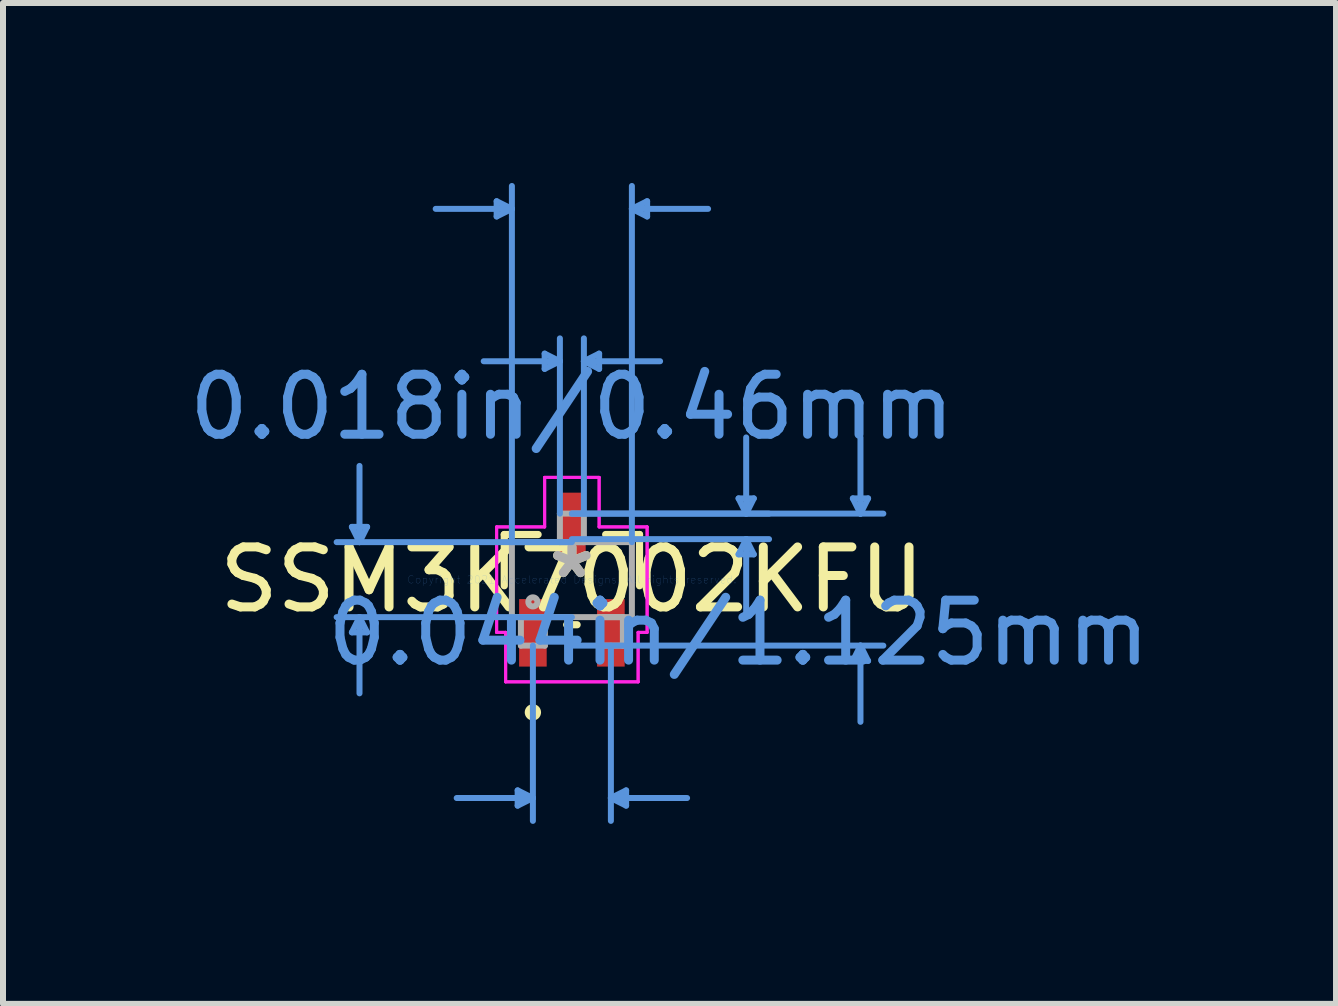
<source format=kicad_pcb>
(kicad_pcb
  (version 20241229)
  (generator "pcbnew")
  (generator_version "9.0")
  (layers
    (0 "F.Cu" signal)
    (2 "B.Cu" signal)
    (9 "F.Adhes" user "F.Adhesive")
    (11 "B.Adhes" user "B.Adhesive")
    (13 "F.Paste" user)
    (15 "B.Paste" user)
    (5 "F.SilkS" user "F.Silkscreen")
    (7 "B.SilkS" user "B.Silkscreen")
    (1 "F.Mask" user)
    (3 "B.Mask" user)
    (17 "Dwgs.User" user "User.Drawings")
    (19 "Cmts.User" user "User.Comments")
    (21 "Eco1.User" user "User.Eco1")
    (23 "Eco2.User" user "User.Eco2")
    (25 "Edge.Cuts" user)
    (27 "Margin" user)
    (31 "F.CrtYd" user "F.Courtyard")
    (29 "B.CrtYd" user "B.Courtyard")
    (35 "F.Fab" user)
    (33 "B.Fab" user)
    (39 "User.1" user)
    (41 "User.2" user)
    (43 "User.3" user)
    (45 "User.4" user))
  (footprint "SSM3K7002KFU"
    (layer "F.Cu")
    (at 6.482 6.611)
    (property "Reference" "SSM3K7002KFU" (at 0 0 0) (layer "F.SilkS") (effects (font (size 1 1) (thickness 0.15))))
    (attr through_hole)
    (fp_line (start -1.127 -0.752) (end -1.127 0.102) (stroke (width 0.12) (type solid)) (layer "F.SilkS"))
    (fp_line (start -0.563 -0.752) (end -1.127 -0.752) (stroke (width 0.12) (type solid)) (layer "F.SilkS"))
    (fp_line (start -0.087 0.752) (end 0.087 0.752) (stroke (width 0.12) (type solid)) (layer "F.SilkS"))
    (fp_line (start 1.127 -0.752) (end 0.563 -0.752) (stroke (width 0.12) (type solid)) (layer "F.SilkS"))
    (fp_line (start 1.127 0.102) (end 1.127 -0.752) (stroke (width 0.12) (type solid)) (layer "F.SilkS"))
    (fp_circle (center -0.65 2.212) (end -0.574 2.212) (stroke (width 0.12) (type solid)) (fill no) (layer "F.SilkS"))
    (fp_line (start -3.667 -0.879) (end -3.413 -0.879) (stroke (width 0.1) (type solid)) (layer "Cmts.User"))
    (fp_line (start -3.667 0.879) (end -3.413 0.879) (stroke (width 0.1) (type solid)) (layer "Cmts.User"))
    (fp_line (start -3.54 -0.625) (end -3.667 -0.879) (stroke (width 0.1) (type solid)) (layer "Cmts.User"))
    (fp_line (start -3.54 -0.625) (end -3.54 -1.895) (stroke (width 0.1) (type solid)) (layer "Cmts.User"))
    (fp_line (start -3.54 -0.625) (end -3.413 -0.879) (stroke (width 0.1) (type solid)) (layer "Cmts.User"))
    (fp_line (start -3.54 0.625) (end -3.667 0.879) (stroke (width 0.1) (type solid)) (layer "Cmts.User"))
    (fp_line (start -3.54 0.625) (end -3.54 1.895) (stroke (width 0.1) (type solid)) (layer "Cmts.User"))
    (fp_line (start -3.54 0.625) (end -3.413 0.879) (stroke (width 0.1) (type solid)) (layer "Cmts.User"))
    (fp_line (start -1.254 -6.307) (end -1.254 -6.053) (stroke (width 0.1) (type solid)) (layer "Cmts.User"))
    (fp_line (start -1 -6.18) (end -2.27 -6.18) (stroke (width 0.1) (type solid)) (layer "Cmts.User"))
    (fp_line (start -1 -6.18) (end -1.254 -6.307) (stroke (width 0.1) (type solid)) (layer "Cmts.User"))
    (fp_line (start -1 -6.18) (end -1.254 -6.053) (stroke (width 0.1) (type solid)) (layer "Cmts.User"))
    (fp_line (start -1 -0.625) (end -1 -6.561) (stroke (width 0.1) (type solid)) (layer "Cmts.User"))
    (fp_line (start -0.904 3.513) (end -0.904 3.767) (stroke (width 0.1) (type solid)) (layer "Cmts.User"))
    (fp_line (start -0.65 1.1) (end -0.65 4.021) (stroke (width 0.1) (type solid)) (layer "Cmts.User"))
    (fp_line (start -0.65 3.64) (end -1.92 3.64) (stroke (width 0.1) (type solid)) (layer "Cmts.User"))
    (fp_line (start -0.65 3.64) (end -0.904 3.513) (stroke (width 0.1) (type solid)) (layer "Cmts.User"))
    (fp_line (start -0.65 3.64) (end -0.904 3.767) (stroke (width 0.1) (type solid)) (layer "Cmts.User"))
    (fp_line (start -0.454 -3.767) (end -0.454 -3.513) (stroke (width 0.1) (type solid)) (layer "Cmts.User"))
    (fp_line (start -0.2 -3.64) (end -1.47 -3.64) (stroke (width 0.1) (type solid)) (layer "Cmts.User"))
    (fp_line (start -0.2 -3.64) (end -0.454 -3.767) (stroke (width 0.1) (type solid)) (layer "Cmts.User"))
    (fp_line (start -0.2 -3.64) (end -0.454 -3.513) (stroke (width 0.1) (type solid)) (layer "Cmts.User"))
    (fp_line (start -0.2 -1.1) (end -0.2 -4.021) (stroke (width 0.1) (type solid)) (layer "Cmts.User"))
    (fp_line (start 0 -1.1) (end 3.286 -1.1) (stroke (width 0.1) (type solid)) (layer "Cmts.User"))
    (fp_line (start 0 -1.1) (end 5.191 -1.1) (stroke (width 0.1) (type solid)) (layer "Cmts.User"))
    (fp_line (start 0 -0.675) (end 3.286 -0.675) (stroke (width 0.1) (type solid)) (layer "Cmts.User"))
    (fp_line (start 0 -0.625) (end -3.921 -0.625) (stroke (width 0.1) (type solid)) (layer "Cmts.User"))
    (fp_line (start 0 0.625) (end -3.921 0.625) (stroke (width 0.1) (type solid)) (layer "Cmts.User"))
    (fp_line (start 0 1.1) (end 5.191 1.1) (stroke (width 0.1) (type solid)) (layer "Cmts.User"))
    (fp_line (start 0.2 -3.64) (end 0.454 -3.767) (stroke (width 0.1) (type solid)) (layer "Cmts.User"))
    (fp_line (start 0.2 -3.64) (end 0.454 -3.513) (stroke (width 0.1) (type solid)) (layer "Cmts.User"))
    (fp_line (start 0.2 -3.64) (end 1.47 -3.64) (stroke (width 0.1) (type solid)) (layer "Cmts.User"))
    (fp_line (start 0.2 -1.1) (end 0.2 -4.021) (stroke (width 0.1) (type solid)) (layer "Cmts.User"))
    (fp_line (start 0.454 -3.767) (end 0.454 -3.513) (stroke (width 0.1) (type solid)) (layer "Cmts.User"))
    (fp_line (start 0.65 1.1) (end 0.65 4.021) (stroke (width 0.1) (type solid)) (layer "Cmts.User"))
    (fp_line (start 0.65 3.64) (end 0.904 3.513) (stroke (width 0.1) (type solid)) (layer "Cmts.User"))
    (fp_line (start 0.65 3.64) (end 0.904 3.767) (stroke (width 0.1) (type solid)) (layer "Cmts.User"))
    (fp_line (start 0.65 3.64) (end 1.92 3.64) (stroke (width 0.1) (type solid)) (layer "Cmts.User"))
    (fp_line (start 0.904 3.513) (end 0.904 3.767) (stroke (width 0.1) (type solid)) (layer "Cmts.User"))
    (fp_line (start 1 -6.18) (end 1.254 -6.307) (stroke (width 0.1) (type solid)) (layer "Cmts.User"))
    (fp_line (start 1 -6.18) (end 1.254 -6.053) (stroke (width 0.1) (type solid)) (layer "Cmts.User"))
    (fp_line (start 1 -6.18) (end 2.27 -6.18) (stroke (width 0.1) (type solid)) (layer "Cmts.User"))
    (fp_line (start 1 -0.625) (end 1 -6.561) (stroke (width 0.1) (type solid)) (layer "Cmts.User"))
    (fp_line (start 1.254 -6.307) (end 1.254 -6.053) (stroke (width 0.1) (type solid)) (layer "Cmts.User"))
    (fp_line (start 2.778 -1.354) (end 3.032 -1.354) (stroke (width 0.1) (type solid)) (layer "Cmts.User"))
    (fp_line (start 2.778 -0.421) (end 3.032 -0.421) (stroke (width 0.1) (type solid)) (layer "Cmts.User"))
    (fp_line (start 2.905 -1.1) (end 2.778 -1.354) (stroke (width 0.1) (type solid)) (layer "Cmts.User"))
    (fp_line (start 2.905 -1.1) (end 2.905 -2.37) (stroke (width 0.1) (type solid)) (layer "Cmts.User"))
    (fp_line (start 2.905 -1.1) (end 3.032 -1.354) (stroke (width 0.1) (type solid)) (layer "Cmts.User"))
    (fp_line (start 2.905 -0.675) (end 2.778 -0.421) (stroke (width 0.1) (type solid)) (layer "Cmts.User"))
    (fp_line (start 2.905 -0.675) (end 2.905 0.595) (stroke (width 0.1) (type solid)) (layer "Cmts.User"))
    (fp_line (start 2.905 -0.675) (end 3.032 -0.421) (stroke (width 0.1) (type solid)) (layer "Cmts.User"))
    (fp_line (start 4.683 -1.354) (end 4.937 -1.354) (stroke (width 0.1) (type solid)) (layer "Cmts.User"))
    (fp_line (start 4.683 1.354) (end 4.937 1.354) (stroke (width 0.1) (type solid)) (layer "Cmts.User"))
    (fp_line (start 4.81 -1.1) (end 4.683 -1.354) (stroke (width 0.1) (type solid)) (layer "Cmts.User"))
    (fp_line (start 4.81 -1.1) (end 4.81 -2.37) (stroke (width 0.1) (type solid)) (layer "Cmts.User"))
    (fp_line (start 4.81 -1.1) (end 4.937 -1.354) (stroke (width 0.1) (type solid)) (layer "Cmts.User"))
    (fp_line (start 4.81 1.1) (end 4.683 1.354) (stroke (width 0.1) (type solid)) (layer "Cmts.User"))
    (fp_line (start 4.81 1.1) (end 4.81 2.37) (stroke (width 0.1) (type solid)) (layer "Cmts.User"))
    (fp_line (start 4.81 1.1) (end 4.937 1.354) (stroke (width 0.1) (type solid)) (layer "Cmts.User"))
    (fp_line (start -1.254 -0.879) (end -0.454 -0.879) (stroke (width 0.05) (type solid)) (layer "F.CrtYd"))
    (fp_line (start -1.254 -0.879) (end -0.454 -0.879) (stroke (width 0.05) (type solid)) (layer "F.CrtYd"))
    (fp_line (start -1.254 0.879) (end -1.254 -0.879) (stroke (width 0.05) (type solid)) (layer "F.CrtYd"))
    (fp_line (start -1.254 0.879) (end -1.254 -0.879) (stroke (width 0.05) (type solid)) (layer "F.CrtYd"))
    (fp_line (start -1.254 0.879) (end -1.104 0.879) (stroke (width 0.05) (type solid)) (layer "F.CrtYd"))
    (fp_line (start -1.104 0.879) (end -1.254 0.879) (stroke (width 0.05) (type solid)) (layer "F.CrtYd"))
    (fp_line (start -1.104 0.879) (end -1.104 1.704) (stroke (width 0.05) (type solid)) (layer "F.CrtYd"))
    (fp_line (start -1.104 1.704) (end -1.104 0.879) (stroke (width 0.05) (type solid)) (layer "F.CrtYd"))
    (fp_line (start -1.104 1.704) (end 1.104 1.704) (stroke (width 0.05) (type solid)) (layer "F.CrtYd"))
    (fp_line (start -0.454 -1.704) (end 0.454 -1.704) (stroke (width 0.05) (type solid)) (layer "F.CrtYd"))
    (fp_line (start -0.454 -1.704) (end 0.454 -1.704) (stroke (width 0.05) (type solid)) (layer "F.CrtYd"))
    (fp_line (start -0.454 -0.879) (end -0.454 -1.704) (stroke (width 0.05) (type solid)) (layer "F.CrtYd"))
    (fp_line (start -0.454 -0.879) (end -0.454 -1.704) (stroke (width 0.05) (type solid)) (layer "F.CrtYd"))
    (fp_line (start 0.454 -1.704) (end 0.454 -0.879) (stroke (width 0.05) (type solid)) (layer "F.CrtYd"))
    (fp_line (start 0.454 -0.879) (end 0.454 -1.704) (stroke (width 0.05) (type solid)) (layer "F.CrtYd"))
    (fp_line (start 0.454 -0.879) (end 1.254 -0.879) (stroke (width 0.05) (type solid)) (layer "F.CrtYd"))
    (fp_line (start 1.104 0.879) (end 1.104 1.704) (stroke (width 0.05) (type solid)) (layer "F.CrtYd"))
    (fp_line (start 1.104 0.879) (end 1.104 1.704) (stroke (width 0.05) (type solid)) (layer "F.CrtYd"))
    (fp_line (start 1.104 1.704) (end -1.104 1.704) (stroke (width 0.05) (type solid)) (layer "F.CrtYd"))
    (fp_line (start 1.254 -0.879) (end 0.454 -0.879) (stroke (width 0.05) (type solid)) (layer "F.CrtYd"))
    (fp_line (start 1.254 -0.879) (end 1.254 0.879) (stroke (width 0.05) (type solid)) (layer "F.CrtYd"))
    (fp_line (start 1.254 -0.879) (end 1.254 0.879) (stroke (width 0.05) (type solid)) (layer "F.CrtYd"))
    (fp_line (start 1.254 0.879) (end 1.104 0.879) (stroke (width 0.05) (type solid)) (layer "F.CrtYd"))
    (fp_line (start 1.254 0.879) (end 1.104 0.879) (stroke (width 0.05) (type solid)) (layer "F.CrtYd"))
    (fp_line (start -1 -0.625) (end -1 0.625) (stroke (width 0.1) (type solid)) (layer "F.Fab"))
    (fp_line (start -1 0.625) (end 1 0.625) (stroke (width 0.1) (type solid)) (layer "F.Fab"))
    (fp_line (start -0.85 0.625) (end -0.85 1.1) (stroke (width 0.1) (type solid)) (layer "F.Fab"))
    (fp_line (start -0.85 1.1) (end -0.45 1.1) (stroke (width 0.1) (type solid)) (layer "F.Fab"))
    (fp_line (start -0.45 0.625) (end -0.85 0.625) (stroke (width 0.1) (type solid)) (layer "F.Fab"))
    (fp_line (start -0.45 1.1) (end -0.45 0.625) (stroke (width 0.1) (type solid)) (layer "F.Fab"))
    (fp_line (start -0.2 -1.1) (end -0.2 -0.625) (stroke (width 0.1) (type solid)) (layer "F.Fab"))
    (fp_line (start -0.2 -0.625) (end 0.2 -0.625) (stroke (width 0.1) (type solid)) (layer "F.Fab"))
    (fp_line (start 0.2 -1.1) (end -0.2 -1.1) (stroke (width 0.1) (type solid)) (layer "F.Fab"))
    (fp_line (start 0.2 -0.625) (end 0.2 -1.1) (stroke (width 0.1) (type solid)) (layer "F.Fab"))
    (fp_line (start 0.45 0.625) (end 0.45 1.1) (stroke (width 0.1) (type solid)) (layer "F.Fab"))
    (fp_line (start 0.45 1.1) (end 0.85 1.1) (stroke (width 0.1) (type solid)) (layer "F.Fab"))
    (fp_line (start 0.85 0.625) (end 0.45 0.625) (stroke (width 0.1) (type solid)) (layer "F.Fab"))
    (fp_line (start 0.85 1.1) (end 0.85 0.625) (stroke (width 0.1) (type solid)) (layer "F.Fab"))
    (fp_line (start 1 -0.625) (end -1 -0.625) (stroke (width 0.1) (type solid)) (layer "F.Fab"))
    (fp_line (start 1 0.625) (end 1 -0.625) (stroke (width 0.1) (type solid)) (layer "F.Fab"))
    (fp_circle (center -0.65 0.371) (end -0.574 0.371) (stroke (width 0.1) (type solid)) (fill no) (layer "F.Fab"))
    (fp_text user "*" (at 0 0 0) (layer "F.SilkS") (effects (font (size 1 1) (thickness 0.15))))
    (fp_text user "0.018in/0.46mm" (at 0 -2.878 0) (layer "Cmts.User") (effects (font (size 1 1) (thickness 0.15))))
    (fp_text user "Copyright 2021 Accelerated Designs. All rights reserved." (at 0 0 0) (layer "Cmts.User") (effects (font (size 0.127 0.127) (thickness 0.002))))
    (fp_text user "0.044in/1.125mm" (at 2.778 0.887 0) (layer "Cmts.User") (effects (font (size 1 1) (thickness 0.15))))
    (fp_text user "*" (at 0 0 0) (layer "F.Fab") (effects (font (size 1 1) (thickness 0.15))))
    (pad "1" smd rect (at -0.65 0.887) (size 0.46 1.125) (layers "F.Cu" "F.Mask" "F.Paste"))
    (pad "2" smd rect (at 0.65 0.887) (size 0.46 1.125) (layers "F.Cu" "F.Mask" "F.Paste"))
    (pad "3" smd rect (at 0 -0.887) (size 0.46 1.125) (layers "F.Cu" "F.Mask" "F.Paste")))
  (gr_rect
    (start -3 -3)
    (end 19.218 13.682)
    (stroke (width 0.1) (type default))
    (fill no)
    (layer "Edge.Cuts")))
</source>
